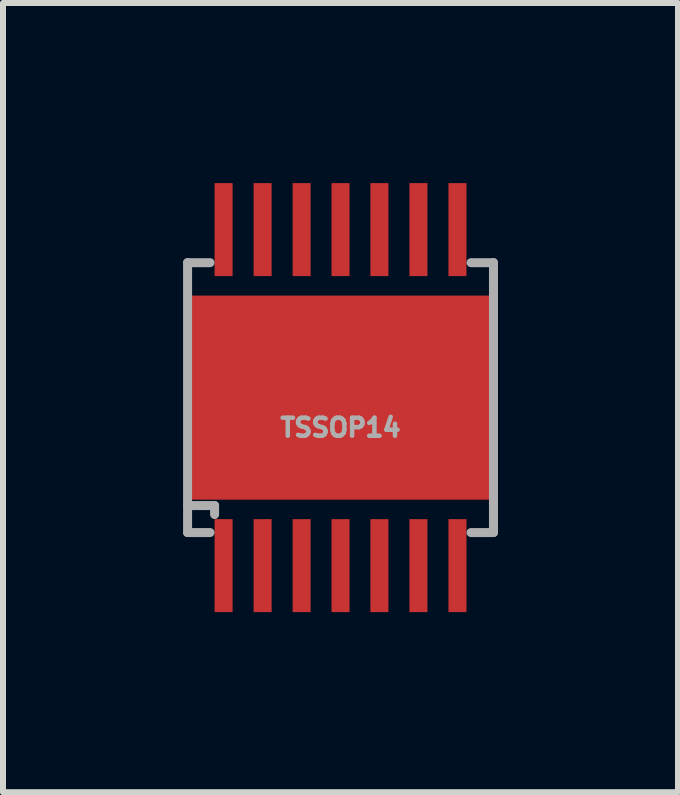
<source format=kicad_pcb>
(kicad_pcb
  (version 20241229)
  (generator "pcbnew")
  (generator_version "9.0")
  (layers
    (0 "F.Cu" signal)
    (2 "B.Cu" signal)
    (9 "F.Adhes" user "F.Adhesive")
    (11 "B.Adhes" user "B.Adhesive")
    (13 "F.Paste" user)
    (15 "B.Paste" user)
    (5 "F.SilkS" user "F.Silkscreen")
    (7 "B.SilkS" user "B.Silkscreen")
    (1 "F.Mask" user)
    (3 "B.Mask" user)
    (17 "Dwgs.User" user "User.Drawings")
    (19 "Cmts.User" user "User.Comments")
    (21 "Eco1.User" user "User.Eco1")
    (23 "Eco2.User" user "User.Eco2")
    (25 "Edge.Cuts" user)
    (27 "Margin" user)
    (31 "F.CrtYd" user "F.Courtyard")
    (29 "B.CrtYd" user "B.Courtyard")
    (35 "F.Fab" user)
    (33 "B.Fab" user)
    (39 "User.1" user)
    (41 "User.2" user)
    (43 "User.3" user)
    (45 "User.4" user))
  (footprint "TSSOP14"
    (layer "F.Cu")
    (at 2.623 3.574)
    (property "Reference" "TSSOP14" (at 0 0.5 0) (layer "F.Fab") (effects (font (size 0.3 0.3) (thickness 0.075))))
    (attr through_hole)
    (fp_poly (pts (xy 1.1 1.2) (xy -1.2 1.2) (xy -1.2 -1.3) (xy 1.1 -1.3)) (stroke (width 0.1) (type solid)) (fill yes) (layer "F.Mask"))
    (fp_line (start -2.548 -2.248) (end -2.548 2.248) (stroke (width 0.15) (type solid)) (layer "F.Fab"))
    (fp_line (start -2.548 -2.248) (end -2.174 -2.248) (stroke (width 0.15) (type solid)) (layer "F.Fab"))
    (fp_line (start -2.548 1.798) (end -2.098 1.798) (stroke (width 0.15) (type solid)) (layer "F.Fab"))
    (fp_line (start -2.548 2.248) (end -2.174 2.248) (stroke (width 0.15) (type solid)) (layer "F.Fab"))
    (fp_line (start -2.098 1.798) (end -2.098 1.948) (stroke (width 0.15) (type solid)) (layer "F.Fab"))
    (fp_line (start 2.174 -2.248) (end 2.548 -2.248) (stroke (width 0.15) (type solid)) (layer "F.Fab"))
    (fp_line (start 2.174 2.248) (end 2.548 2.248) (stroke (width 0.15) (type solid)) (layer "F.Fab"))
    (fp_line (start 2.548 -2.248) (end 2.548 2.248) (stroke (width 0.15) (type solid)) (layer "F.Fab"))
    (pad "1" smd rect (at -1.948 2.799 180) (size 0.3 1.549) (layers "F.Cu" "F.Mask" "F.Paste"))
    (pad "2" smd rect (at -1.298 2.799 180) (size 0.3 1.549) (layers "F.Cu" "F.Mask" "F.Paste"))
    (pad "3" smd rect (at -0.648 2.799 180) (size 0.3 1.549) (layers "F.Cu" "F.Mask" "F.Paste"))
    (pad "4" smd rect (at 0 2.799 180) (size 0.3 1.549) (layers "F.Cu" "F.Mask" "F.Paste"))
    (pad "5" smd rect (at 0.648 2.799 180) (size 0.3 1.549) (layers "F.Cu" "F.Mask" "F.Paste"))
    (pad "6" smd rect (at 1.298 2.799 180) (size 0.3 1.549) (layers "F.Cu" "F.Mask" "F.Paste"))
    (pad "7" smd rect (at 1.948 2.799 180) (size 0.3 1.549) (layers "F.Cu" "F.Mask" "F.Paste"))
    (pad "8" smd rect (at 1.948 -2.799) (size 0.3 1.549) (layers "F.Cu" "F.Mask" "F.Paste"))
    (pad "9" smd rect (at 1.298 -2.799) (size 0.3 1.549) (layers "F.Cu" "F.Mask" "F.Paste"))
    (pad "10" smd rect (at 0.648 -2.799) (size 0.3 1.549) (layers "F.Cu" "F.Mask" "F.Paste"))
    (pad "11" smd rect (at 0 -2.799) (size 0.3 1.549) (layers "F.Cu" "F.Mask" "F.Paste"))
    (pad "12" smd rect (at -0.648 -2.799) (size 0.3 1.549) (layers "F.Cu" "F.Mask" "F.Paste"))
    (pad "13" smd rect (at -1.298 -2.799) (size 0.3 1.549) (layers "F.Cu" "F.Mask" "F.Paste"))
    (pad "14" smd rect (at -1.948 -2.799) (size 0.3 1.549) (layers "F.Cu" "F.Mask" "F.Paste"))
    (pad "PAD" smd rect (at 0 0 180) (size 5 3.4) (layers "F.Cu")))
  (gr_rect
    (start -3 -3)
    (end 8.245 10.148)
    (stroke (width 0.1) (type default))
    (fill no)
    (layer "Edge.Cuts")))
</source>
